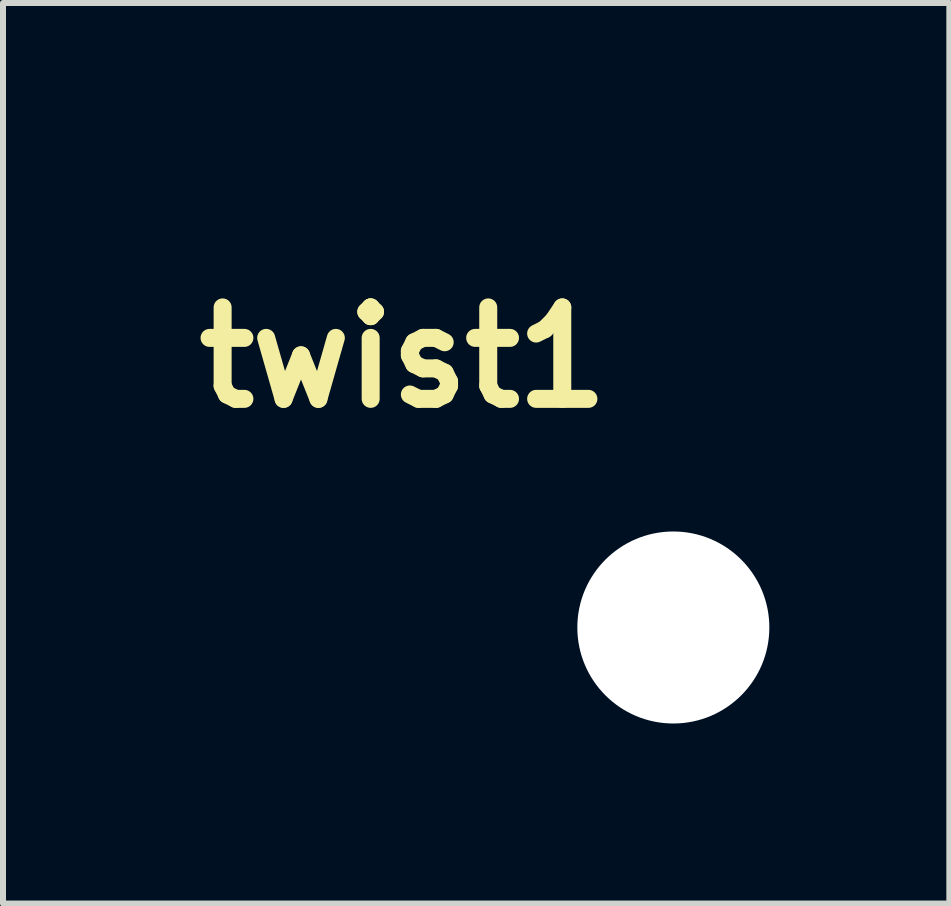
<source format=kicad_pcb>
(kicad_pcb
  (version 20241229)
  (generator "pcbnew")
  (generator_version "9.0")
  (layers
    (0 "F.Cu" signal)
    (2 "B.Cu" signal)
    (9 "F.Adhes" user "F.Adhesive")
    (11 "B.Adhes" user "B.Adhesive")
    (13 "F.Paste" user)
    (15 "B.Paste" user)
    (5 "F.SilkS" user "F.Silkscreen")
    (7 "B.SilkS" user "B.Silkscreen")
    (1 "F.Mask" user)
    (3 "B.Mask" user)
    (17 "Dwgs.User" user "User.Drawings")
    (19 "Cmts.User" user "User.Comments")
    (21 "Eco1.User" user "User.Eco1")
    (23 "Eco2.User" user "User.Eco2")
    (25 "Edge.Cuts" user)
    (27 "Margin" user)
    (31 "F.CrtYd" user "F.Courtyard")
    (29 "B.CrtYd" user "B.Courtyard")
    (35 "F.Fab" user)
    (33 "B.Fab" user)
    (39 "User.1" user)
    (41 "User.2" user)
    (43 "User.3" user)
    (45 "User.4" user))
  (footprint "twist1"
    (layer "F.Cu")
    (at 8.172 7.408)
    (property "Reference" "twist1" (at -4.5 -4.5 0) (layer "F.SilkS") (effects (font (size 1.524 1.524) (thickness 0.3))))
    (attr through_hole)
    (fp_poly (pts (xy -2.068 -4.894) (xy -2.064 -4.894) (xy -1.995 -4.871) (xy -1.933 -4.837) (xy -1.876 -4.789) (xy -1.871 -4.784) (xy -1.817 -4.719) (xy -1.779 -4.648) (xy -1.756 -4.57) (xy -1.749 -4.496) (xy -1.757 -4.416) (xy -1.78 -4.341) (xy -1.817 -4.273) (xy -1.865 -4.213) (xy -1.923 -4.163) (xy -1.99 -4.124) (xy -2.064 -4.098) (xy -2.143 -4.087) (xy -2.16 -4.086) (xy -2.197 -4.089) (xy -2.239 -4.095) (xy -2.266 -4.101) (xy -2.341 -4.129) (xy -2.408 -4.17) (xy -2.464 -4.222) (xy -2.509 -4.284) (xy -2.543 -4.353) (xy -2.563 -4.428) (xy -2.568 -4.506) (xy -2.559 -4.586) (xy -2.555 -4.602) (xy -2.527 -4.677) (xy -2.486 -4.744) (xy -2.433 -4.8) (xy -2.372 -4.846) (xy -2.302 -4.879) (xy -2.227 -4.899) (xy -2.149 -4.904) (xy -2.068 -4.894)) (stroke (width 0.01) (type solid)) (fill yes) (layer "F.Mask"))
    (fp_poly (pts (xy -5.062 -2.443) (xy -5.021 -2.429) (xy -5.021 -2.428) (xy -5.006 -2.418) (xy -4.981 -2.396) (xy -4.948 -2.366) (xy -4.908 -2.328) (xy -4.863 -2.285) (xy -4.814 -2.237) (xy -4.763 -2.187) (xy -4.712 -2.135) (xy -4.662 -2.084) (xy -4.615 -2.035) (xy -4.571 -1.99) (xy -4.534 -1.95) (xy -4.504 -1.916) (xy -4.482 -1.891) (xy -4.471 -1.876) (xy -4.471 -1.874) (xy -4.464 -1.848) (xy -4.459 -1.814) (xy -4.458 -1.789) (xy -4.466 -1.733) (xy -4.488 -1.683) (xy -4.522 -1.642) (xy -4.567 -1.611) (xy -4.62 -1.594) (xy -4.647 -1.591) (xy -4.683 -1.591) (xy -4.716 -1.596) (xy -4.73 -1.6) (xy -4.743 -1.605) (xy -4.757 -1.612) (xy -4.772 -1.622) (xy -4.79 -1.636) (xy -4.811 -1.655) (xy -4.838 -1.679) (xy -4.872 -1.711) (xy -4.913 -1.751) (xy -4.962 -1.801) (xy -5.022 -1.861) (xy -5.052 -1.89) (xy -5.115 -1.954) (xy -5.167 -2.007) (xy -5.209 -2.051) (xy -5.243 -2.088) (xy -5.268 -2.119) (xy -5.286 -2.144) (xy -5.299 -2.167) (xy -5.307 -2.187) (xy -5.312 -2.207) (xy -5.313 -2.228) (xy -5.314 -2.244) (xy -5.306 -2.301) (xy -5.282 -2.353) (xy -5.245 -2.397) (xy -5.198 -2.429) (xy -5.158 -2.443) (xy -5.11 -2.447) (xy -5.062 -2.443)) (stroke (width 0.01) (type solid)) (fill yes) (layer "F.Mask"))
    (fp_poly (pts (xy -7.011 -7.402) (xy -6.993 -7.399) (xy -6.975 -7.394) (xy -6.955 -7.384) (xy -6.932 -7.369) (xy -6.906 -7.349) (xy -6.873 -7.321) (xy -6.835 -7.285) (xy -6.788 -7.24) (xy -6.732 -7.184) (xy -6.672 -7.125) (xy -6.619 -7.071) (xy -6.568 -7.02) (xy -6.521 -6.972) (xy -6.481 -6.93) (xy -6.448 -6.894) (xy -6.424 -6.868) (xy -6.41 -6.851) (xy -6.408 -6.847) (xy -6.387 -6.797) (xy -6.381 -6.745) (xy -6.389 -6.693) (xy -6.41 -6.645) (xy -6.442 -6.603) (xy -6.484 -6.57) (xy -6.524 -6.553) (xy -6.562 -6.543) (xy -6.594 -6.541) (xy -6.628 -6.547) (xy -6.654 -6.554) (xy -6.665 -6.558) (xy -6.677 -6.564) (xy -6.691 -6.573) (xy -6.708 -6.586) (xy -6.729 -6.604) (xy -6.756 -6.629) (xy -6.79 -6.661) (xy -6.832 -6.702) (xy -6.883 -6.753) (xy -6.945 -6.814) (xy -6.948 -6.818) (xy -7.016 -6.885) (xy -7.072 -6.942) (xy -7.119 -6.99) (xy -7.156 -7.03) (xy -7.185 -7.063) (xy -7.206 -7.09) (xy -7.222 -7.113) (xy -7.232 -7.134) (xy -7.238 -7.153) (xy -7.241 -7.171) (xy -7.242 -7.19) (xy -7.242 -7.191) (xy -7.238 -7.242) (xy -7.223 -7.285) (xy -7.196 -7.324) (xy -7.18 -7.341) (xy -7.14 -7.374) (xy -7.1 -7.394) (xy -7.054 -7.402) (xy -7.031 -7.403) (xy -7.011 -7.402)) (stroke (width 0.01) (type solid)) (fill yes) (layer "F.Mask"))
    (fp_poly (pts (xy -4.631 -7.362) (xy -4.621 -7.361) (xy -4.611 -7.36) (xy -4.603 -7.359) (xy -4.546 -7.347) (xy -4.497 -7.321) (xy -4.458 -7.284) (xy -4.431 -7.236) (xy -4.418 -7.18) (xy -4.417 -7.174) (xy -4.416 -7.162) (xy -4.414 -7.152) (xy -4.413 -7.143) (xy -4.413 -7.134) (xy -4.414 -7.124) (xy -4.417 -7.113) (xy -4.422 -7.102) (xy -4.43 -7.088) (xy -4.441 -7.071) (xy -4.455 -7.052) (xy -4.474 -7.029) (xy -4.498 -7.002) (xy -4.526 -6.97) (xy -4.561 -6.933) (xy -4.601 -6.89) (xy -4.648 -6.841) (xy -4.702 -6.786) (xy -4.764 -6.723) (xy -4.834 -6.652) (xy -4.912 -6.573) (xy -5 -6.485) (xy -5.097 -6.388) (xy -5.204 -6.281) (xy -5.322 -6.163) (xy -5.45 -6.034) (xy -5.575 -5.909) (xy -6.707 -4.775) (xy -6.741 -4.703) (xy -6.767 -4.644) (xy -6.784 -4.591) (xy -6.793 -4.539) (xy -6.797 -4.479) (xy -6.798 -4.449) (xy -6.796 -4.397) (xy -6.792 -4.354) (xy -6.783 -4.315) (xy -6.778 -4.297) (xy -6.765 -4.256) (xy -6.751 -4.221) (xy -6.734 -4.188) (xy -6.714 -4.156) (xy -6.688 -4.121) (xy -6.654 -4.083) (xy -6.611 -4.037) (xy -6.56 -3.984) (xy -6.519 -3.941) (xy -6.481 -3.901) (xy -6.448 -3.865) (xy -6.423 -3.836) (xy -6.406 -3.815) (xy -6.401 -3.808) (xy -6.384 -3.757) (xy -6.381 -3.704) (xy -6.393 -3.653) (xy -6.416 -3.605) (xy -6.45 -3.565) (xy -6.494 -3.535) (xy -6.524 -3.523) (xy -6.562 -3.513) (xy -6.594 -3.511) (xy -6.628 -3.517) (xy -6.654 -3.524) (xy -6.669 -3.53) (xy -6.685 -3.538) (xy -6.704 -3.551) (xy -6.726 -3.57) (xy -6.756 -3.597) (xy -6.793 -3.633) (xy -6.83 -3.669) (xy -6.903 -3.743) (xy -6.964 -3.809) (xy -7.015 -3.869) (xy -7.057 -3.927) (xy -7.091 -3.983) (xy -7.121 -4.041) (xy -7.146 -4.102) (xy -7.154 -4.122) (xy -7.18 -4.207) (xy -7.198 -4.288) (xy -7.207 -4.374) (xy -7.209 -4.454) (xy -7.202 -4.585) (xy -7.179 -4.709) (xy -7.14 -4.826) (xy -7.086 -4.936) (xy -7.018 -5.037) (xy -7.007 -5.05) (xy -6.985 -5.073) (xy -6.952 -5.107) (xy -6.909 -5.151) (xy -6.857 -5.205) (xy -6.796 -5.267) (xy -6.726 -5.338) (xy -6.649 -5.416) (xy -6.565 -5.501) (xy -6.474 -5.592) (xy -6.377 -5.689) (xy -6.276 -5.791) (xy -6.17 -5.898) (xy -6.059 -6.008) (xy -5.946 -6.122) (xy -5.853 -6.215) (xy -5.714 -6.353) (xy -5.588 -6.48) (xy -5.472 -6.595) (xy -5.367 -6.7) (xy -5.271 -6.795) (xy -5.185 -6.881) (xy -5.108 -6.958) (xy -5.039 -7.026) (xy -4.977 -7.086) (xy -4.923 -7.139) (xy -4.876 -7.185) (xy -4.835 -7.224) (xy -4.799 -7.257) (xy -4.768 -7.284) (xy -4.742 -7.307) (xy -4.72 -7.325) (xy -4.701 -7.338) (xy -4.685 -7.349) (xy -4.672 -7.356) (xy -4.66 -7.36) (xy -4.65 -7.362) (xy -4.64 -7.363) (xy -4.631 -7.362)) (stroke (width 0.01) (type solid)) (fill yes) (layer "F.Mask"))
    (fp_poly (pts (xy -5.032 -5.474) (xy -5.011 -5.469) (xy -4.994 -5.464) (xy -4.979 -5.457) (xy -4.963 -5.448) (xy -4.945 -5.433) (xy -4.921 -5.413) (xy -4.892 -5.385) (xy -4.853 -5.348) (xy -4.823 -5.318) (xy -4.758 -5.252) (xy -4.704 -5.195) (xy -4.659 -5.143) (xy -4.622 -5.096) (xy -4.59 -5.049) (xy -4.562 -5.002) (xy -4.542 -4.962) (xy -4.494 -4.845) (xy -4.463 -4.724) (xy -4.446 -4.6) (xy -4.446 -4.474) (xy -4.461 -4.348) (xy -4.491 -4.223) (xy -4.537 -4.102) (xy -4.597 -3.984) (xy -4.629 -3.933) (xy -4.641 -3.919) (xy -4.663 -3.894) (xy -4.696 -3.858) (xy -4.739 -3.813) (xy -4.79 -3.76) (xy -4.85 -3.698) (xy -4.918 -3.628) (xy -4.992 -3.552) (xy -5.073 -3.471) (xy -5.158 -3.384) (xy -5.249 -3.292) (xy -5.343 -3.197) (xy -5.441 -3.098) (xy -5.541 -2.998) (xy -5.642 -2.896) (xy -5.745 -2.792) (xy -5.848 -2.689) (xy -5.951 -2.587) (xy -6.053 -2.485) (xy -6.152 -2.386) (xy -6.249 -2.289) (xy -6.343 -2.196) (xy -6.433 -2.107) (xy -6.518 -2.023) (xy -6.598 -1.945) (xy -6.671 -1.873) (xy -6.738 -1.808) (xy -6.796 -1.751) (xy -6.847 -1.703) (xy -6.888 -1.664) (xy -6.92 -1.635) (xy -6.941 -1.616) (xy -6.95 -1.609) (xy -7.003 -1.592) (xy -7.059 -1.59) (xy -7.111 -1.601) (xy -7.142 -1.618) (xy -7.175 -1.645) (xy -7.204 -1.678) (xy -7.226 -1.711) (xy -7.233 -1.729) (xy -7.242 -1.786) (xy -7.236 -1.842) (xy -7.225 -1.876) (xy -7.22 -1.883) (xy -7.211 -1.896) (xy -7.196 -1.913) (xy -7.175 -1.936) (xy -7.148 -1.964) (xy -7.114 -2) (xy -7.074 -2.042) (xy -7.025 -2.092) (xy -6.969 -2.149) (xy -6.905 -2.214) (xy -6.832 -2.289) (xy -6.749 -2.372) (xy -6.657 -2.465) (xy -6.555 -2.567) (xy -6.442 -2.68) (xy -6.319 -2.804) (xy -6.184 -2.939) (xy -6.088 -3.036) (xy -5.952 -3.172) (xy -5.827 -3.297) (xy -5.714 -3.41) (xy -5.611 -3.514) (xy -5.517 -3.608) (xy -5.433 -3.692) (xy -5.358 -3.767) (xy -5.292 -3.835) (xy -5.233 -3.895) (xy -5.181 -3.947) (xy -5.136 -3.993) (xy -5.097 -4.033) (xy -5.064 -4.067) (xy -5.036 -4.096) (xy -5.013 -4.121) (xy -4.994 -4.142) (xy -4.979 -4.16) (xy -4.967 -4.174) (xy -4.957 -4.187) (xy -4.95 -4.197) (xy -4.944 -4.207) (xy -4.939 -4.215) (xy -4.934 -4.224) (xy -4.934 -4.225) (xy -4.892 -4.323) (xy -4.866 -4.423) (xy -4.857 -4.522) (xy -4.864 -4.62) (xy -4.887 -4.715) (xy -4.916 -4.788) (xy -4.928 -4.811) (xy -4.941 -4.832) (xy -4.955 -4.854) (xy -4.973 -4.877) (xy -4.997 -4.904) (xy -5.028 -4.937) (xy -5.068 -4.978) (xy -5.101 -5.013) (xy -5.151 -5.064) (xy -5.191 -5.106) (xy -5.221 -5.14) (xy -5.242 -5.168) (xy -5.257 -5.192) (xy -5.266 -5.214) (xy -5.271 -5.236) (xy -5.273 -5.26) (xy -5.273 -5.28) (xy -5.265 -5.335) (xy -5.241 -5.385) (xy -5.203 -5.427) (xy -5.177 -5.445) (xy -5.128 -5.469) (xy -5.081 -5.479) (xy -5.032 -5.474)) (stroke (width 0.01) (type solid)) (fill yes) (layer "F.Mask"))
    (fp_poly (pts (xy -2.068 -4.894) (xy -2.064 -4.894) (xy -1.995 -4.871) (xy -1.933 -4.837) (xy -1.876 -4.789) (xy -1.871 -4.784) (xy -1.817 -4.719) (xy -1.779 -4.648) (xy -1.756 -4.57) (xy -1.749 -4.496) (xy -1.757 -4.416) (xy -1.78 -4.341) (xy -1.817 -4.273) (xy -1.865 -4.213) (xy -1.923 -4.163) (xy -1.99 -4.124) (xy -2.064 -4.098) (xy -2.143 -4.087) (xy -2.16 -4.086) (xy -2.197 -4.089) (xy -2.239 -4.095) (xy -2.266 -4.101) (xy -2.341 -4.129) (xy -2.408 -4.17) (xy -2.464 -4.222) (xy -2.509 -4.284) (xy -2.543 -4.353) (xy -2.563 -4.428) (xy -2.568 -4.506) (xy -2.559 -4.586) (xy -2.555 -4.602) (xy -2.527 -4.677) (xy -2.486 -4.744) (xy -2.433 -4.8) (xy -2.372 -4.846) (xy -2.302 -4.879) (xy -2.227 -4.899) (xy -2.149 -4.904) (xy -2.068 -4.894)) (stroke (width 0.01) (type solid)) (fill yes) (layer "B.Mask"))
    (fp_poly (pts (xy -5.062 -2.443) (xy -5.021 -2.429) (xy -5.021 -2.428) (xy -5.006 -2.418) (xy -4.981 -2.396) (xy -4.948 -2.366) (xy -4.908 -2.328) (xy -4.863 -2.285) (xy -4.814 -2.237) (xy -4.763 -2.187) (xy -4.712 -2.135) (xy -4.662 -2.084) (xy -4.615 -2.035) (xy -4.571 -1.99) (xy -4.534 -1.95) (xy -4.504 -1.916) (xy -4.482 -1.891) (xy -4.471 -1.876) (xy -4.471 -1.874) (xy -4.464 -1.848) (xy -4.459 -1.814) (xy -4.458 -1.789) (xy -4.466 -1.733) (xy -4.488 -1.683) (xy -4.522 -1.642) (xy -4.567 -1.611) (xy -4.62 -1.594) (xy -4.647 -1.591) (xy -4.683 -1.591) (xy -4.716 -1.596) (xy -4.73 -1.6) (xy -4.743 -1.605) (xy -4.757 -1.612) (xy -4.772 -1.622) (xy -4.79 -1.636) (xy -4.811 -1.655) (xy -4.838 -1.679) (xy -4.872 -1.711) (xy -4.913 -1.751) (xy -4.962 -1.801) (xy -5.022 -1.861) (xy -5.052 -1.89) (xy -5.115 -1.954) (xy -5.167 -2.007) (xy -5.209 -2.051) (xy -5.243 -2.088) (xy -5.268 -2.119) (xy -5.286 -2.144) (xy -5.299 -2.167) (xy -5.307 -2.187) (xy -5.312 -2.207) (xy -5.313 -2.228) (xy -5.314 -2.244) (xy -5.306 -2.301) (xy -5.282 -2.353) (xy -5.245 -2.397) (xy -5.198 -2.429) (xy -5.158 -2.443) (xy -5.11 -2.447) (xy -5.062 -2.443)) (stroke (width 0.01) (type solid)) (fill yes) (layer "B.Mask"))
    (fp_poly (pts (xy -7.011 -7.402) (xy -6.993 -7.399) (xy -6.975 -7.394) (xy -6.955 -7.384) (xy -6.932 -7.369) (xy -6.906 -7.349) (xy -6.873 -7.321) (xy -6.835 -7.285) (xy -6.788 -7.24) (xy -6.732 -7.184) (xy -6.672 -7.125) (xy -6.619 -7.071) (xy -6.568 -7.02) (xy -6.521 -6.972) (xy -6.481 -6.93) (xy -6.448 -6.894) (xy -6.424 -6.868) (xy -6.41 -6.851) (xy -6.408 -6.847) (xy -6.387 -6.797) (xy -6.381 -6.745) (xy -6.389 -6.693) (xy -6.41 -6.645) (xy -6.442 -6.603) (xy -6.484 -6.57) (xy -6.524 -6.553) (xy -6.562 -6.543) (xy -6.594 -6.541) (xy -6.628 -6.547) (xy -6.654 -6.554) (xy -6.665 -6.558) (xy -6.677 -6.564) (xy -6.691 -6.573) (xy -6.708 -6.586) (xy -6.729 -6.604) (xy -6.756 -6.629) (xy -6.79 -6.661) (xy -6.832 -6.702) (xy -6.883 -6.753) (xy -6.945 -6.814) (xy -6.948 -6.818) (xy -7.016 -6.885) (xy -7.072 -6.942) (xy -7.119 -6.99) (xy -7.156 -7.03) (xy -7.185 -7.063) (xy -7.206 -7.09) (xy -7.222 -7.113) (xy -7.232 -7.134) (xy -7.238 -7.153) (xy -7.241 -7.171) (xy -7.242 -7.19) (xy -7.242 -7.191) (xy -7.238 -7.242) (xy -7.223 -7.285) (xy -7.196 -7.324) (xy -7.18 -7.341) (xy -7.14 -7.374) (xy -7.1 -7.394) (xy -7.054 -7.402) (xy -7.031 -7.403) (xy -7.011 -7.402)) (stroke (width 0.01) (type solid)) (fill yes) (layer "B.Mask"))
    (fp_poly (pts (xy -4.631 -7.362) (xy -4.621 -7.361) (xy -4.611 -7.36) (xy -4.603 -7.359) (xy -4.546 -7.347) (xy -4.497 -7.321) (xy -4.458 -7.284) (xy -4.431 -7.236) (xy -4.418 -7.18) (xy -4.417 -7.174) (xy -4.416 -7.162) (xy -4.414 -7.152) (xy -4.413 -7.143) (xy -4.413 -7.134) (xy -4.414 -7.124) (xy -4.417 -7.113) (xy -4.422 -7.102) (xy -4.43 -7.088) (xy -4.441 -7.071) (xy -4.455 -7.052) (xy -4.474 -7.029) (xy -4.498 -7.002) (xy -4.526 -6.97) (xy -4.561 -6.933) (xy -4.601 -6.89) (xy -4.648 -6.841) (xy -4.702 -6.786) (xy -4.764 -6.723) (xy -4.834 -6.652) (xy -4.912 -6.573) (xy -5 -6.485) (xy -5.097 -6.388) (xy -5.204 -6.281) (xy -5.322 -6.163) (xy -5.45 -6.034) (xy -5.575 -5.909) (xy -6.707 -4.775) (xy -6.741 -4.703) (xy -6.767 -4.644) (xy -6.784 -4.591) (xy -6.793 -4.539) (xy -6.797 -4.479) (xy -6.798 -4.449) (xy -6.796 -4.397) (xy -6.792 -4.354) (xy -6.783 -4.315) (xy -6.778 -4.297) (xy -6.765 -4.256) (xy -6.751 -4.221) (xy -6.734 -4.188) (xy -6.714 -4.156) (xy -6.688 -4.121) (xy -6.654 -4.083) (xy -6.611 -4.037) (xy -6.56 -3.984) (xy -6.519 -3.941) (xy -6.481 -3.901) (xy -6.448 -3.865) (xy -6.423 -3.836) (xy -6.406 -3.815) (xy -6.401 -3.808) (xy -6.384 -3.757) (xy -6.381 -3.704) (xy -6.393 -3.653) (xy -6.416 -3.605) (xy -6.45 -3.565) (xy -6.494 -3.535) (xy -6.524 -3.523) (xy -6.562 -3.513) (xy -6.594 -3.511) (xy -6.628 -3.517) (xy -6.654 -3.524) (xy -6.669 -3.53) (xy -6.685 -3.538) (xy -6.704 -3.551) (xy -6.726 -3.57) (xy -6.756 -3.597) (xy -6.793 -3.633) (xy -6.83 -3.669) (xy -6.903 -3.743) (xy -6.964 -3.809) (xy -7.015 -3.869) (xy -7.057 -3.927) (xy -7.091 -3.983) (xy -7.121 -4.041) (xy -7.146 -4.102) (xy -7.154 -4.122) (xy -7.18 -4.207) (xy -7.198 -4.288) (xy -7.207 -4.374) (xy -7.209 -4.454) (xy -7.202 -4.585) (xy -7.179 -4.709) (xy -7.14 -4.826) (xy -7.086 -4.936) (xy -7.018 -5.037) (xy -7.007 -5.05) (xy -6.985 -5.073) (xy -6.952 -5.107) (xy -6.909 -5.151) (xy -6.857 -5.205) (xy -6.796 -5.267) (xy -6.726 -5.338) (xy -6.649 -5.416) (xy -6.565 -5.501) (xy -6.474 -5.592) (xy -6.377 -5.689) (xy -6.276 -5.791) (xy -6.17 -5.898) (xy -6.059 -6.008) (xy -5.946 -6.122) (xy -5.853 -6.215) (xy -5.714 -6.353) (xy -5.588 -6.48) (xy -5.472 -6.595) (xy -5.367 -6.7) (xy -5.271 -6.795) (xy -5.185 -6.881) (xy -5.108 -6.958) (xy -5.039 -7.026) (xy -4.977 -7.086) (xy -4.923 -7.139) (xy -4.876 -7.185) (xy -4.835 -7.224) (xy -4.799 -7.257) (xy -4.768 -7.284) (xy -4.742 -7.307) (xy -4.72 -7.325) (xy -4.701 -7.338) (xy -4.685 -7.349) (xy -4.672 -7.356) (xy -4.66 -7.36) (xy -4.65 -7.362) (xy -4.64 -7.363) (xy -4.631 -7.362)) (stroke (width 0.01) (type solid)) (fill yes) (layer "B.Mask"))
    (fp_poly (pts (xy -5.032 -5.474) (xy -5.011 -5.469) (xy -4.994 -5.464) (xy -4.979 -5.457) (xy -4.963 -5.448) (xy -4.945 -5.433) (xy -4.921 -5.413) (xy -4.892 -5.385) (xy -4.853 -5.348) (xy -4.823 -5.318) (xy -4.758 -5.252) (xy -4.704 -5.195) (xy -4.659 -5.143) (xy -4.622 -5.096) (xy -4.59 -5.049) (xy -4.562 -5.002) (xy -4.542 -4.962) (xy -4.494 -4.845) (xy -4.463 -4.724) (xy -4.446 -4.6) (xy -4.446 -4.474) (xy -4.461 -4.348) (xy -4.491 -4.223) (xy -4.537 -4.102) (xy -4.597 -3.984) (xy -4.629 -3.933) (xy -4.641 -3.919) (xy -4.663 -3.894) (xy -4.696 -3.858) (xy -4.739 -3.813) (xy -4.79 -3.76) (xy -4.85 -3.698) (xy -4.918 -3.628) (xy -4.992 -3.552) (xy -5.073 -3.471) (xy -5.158 -3.384) (xy -5.249 -3.292) (xy -5.343 -3.197) (xy -5.441 -3.098) (xy -5.541 -2.998) (xy -5.642 -2.896) (xy -5.745 -2.792) (xy -5.848 -2.689) (xy -5.951 -2.587) (xy -6.053 -2.485) (xy -6.152 -2.386) (xy -6.249 -2.289) (xy -6.343 -2.196) (xy -6.433 -2.107) (xy -6.518 -2.023) (xy -6.598 -1.945) (xy -6.671 -1.873) (xy -6.738 -1.808) (xy -6.796 -1.751) (xy -6.847 -1.703) (xy -6.888 -1.664) (xy -6.92 -1.635) (xy -6.941 -1.616) (xy -6.95 -1.609) (xy -7.003 -1.592) (xy -7.059 -1.59) (xy -7.111 -1.601) (xy -7.142 -1.618) (xy -7.175 -1.645) (xy -7.204 -1.678) (xy -7.226 -1.711) (xy -7.233 -1.729) (xy -7.242 -1.786) (xy -7.236 -1.842) (xy -7.225 -1.876) (xy -7.22 -1.883) (xy -7.211 -1.896) (xy -7.196 -1.913) (xy -7.175 -1.936) (xy -7.148 -1.964) (xy -7.114 -2) (xy -7.074 -2.042) (xy -7.025 -2.092) (xy -6.969 -2.149) (xy -6.905 -2.214) (xy -6.832 -2.289) (xy -6.749 -2.372) (xy -6.657 -2.465) (xy -6.555 -2.567) (xy -6.442 -2.68) (xy -6.319 -2.804) (xy -6.184 -2.939) (xy -6.088 -3.036) (xy -5.952 -3.172) (xy -5.827 -3.297) (xy -5.714 -3.41) (xy -5.611 -3.514) (xy -5.517 -3.608) (xy -5.433 -3.692) (xy -5.358 -3.767) (xy -5.292 -3.835) (xy -5.233 -3.895) (xy -5.181 -3.947) (xy -5.136 -3.993) (xy -5.097 -4.033) (xy -5.064 -4.067) (xy -5.036 -4.096) (xy -5.013 -4.121) (xy -4.994 -4.142) (xy -4.979 -4.16) (xy -4.967 -4.174) (xy -4.957 -4.187) (xy -4.95 -4.197) (xy -4.944 -4.207) (xy -4.939 -4.215) (xy -4.934 -4.224) (xy -4.934 -4.225) (xy -4.892 -4.323) (xy -4.866 -4.423) (xy -4.857 -4.522) (xy -4.864 -4.62) (xy -4.887 -4.715) (xy -4.916 -4.788) (xy -4.928 -4.811) (xy -4.941 -4.832) (xy -4.955 -4.854) (xy -4.973 -4.877) (xy -4.997 -4.904) (xy -5.028 -4.937) (xy -5.068 -4.978) (xy -5.101 -5.013) (xy -5.151 -5.064) (xy -5.191 -5.106) (xy -5.221 -5.14) (xy -5.242 -5.168) (xy -5.257 -5.192) (xy -5.266 -5.214) (xy -5.271 -5.236) (xy -5.273 -5.26) (xy -5.273 -5.28) (xy -5.265 -5.335) (xy -5.241 -5.385) (xy -5.203 -5.427) (xy -5.177 -5.445) (xy -5.128 -5.469) (xy -5.081 -5.479) (xy -5.032 -5.474)) (stroke (width 0.01) (type solid)) (fill yes) (layer "B.Mask"))
    (pad "" np_thru_hole circle (at 0 0) (size 3.2 3.2) (drill 3.2) (layers "*.Cu" "*.Mask")))
  (gr_rect
    (start -3 -3)
    (end 12.772 12.008)
    (stroke (width 0.1) (type default))
    (fill no)
    (layer "Edge.Cuts")))
</source>
